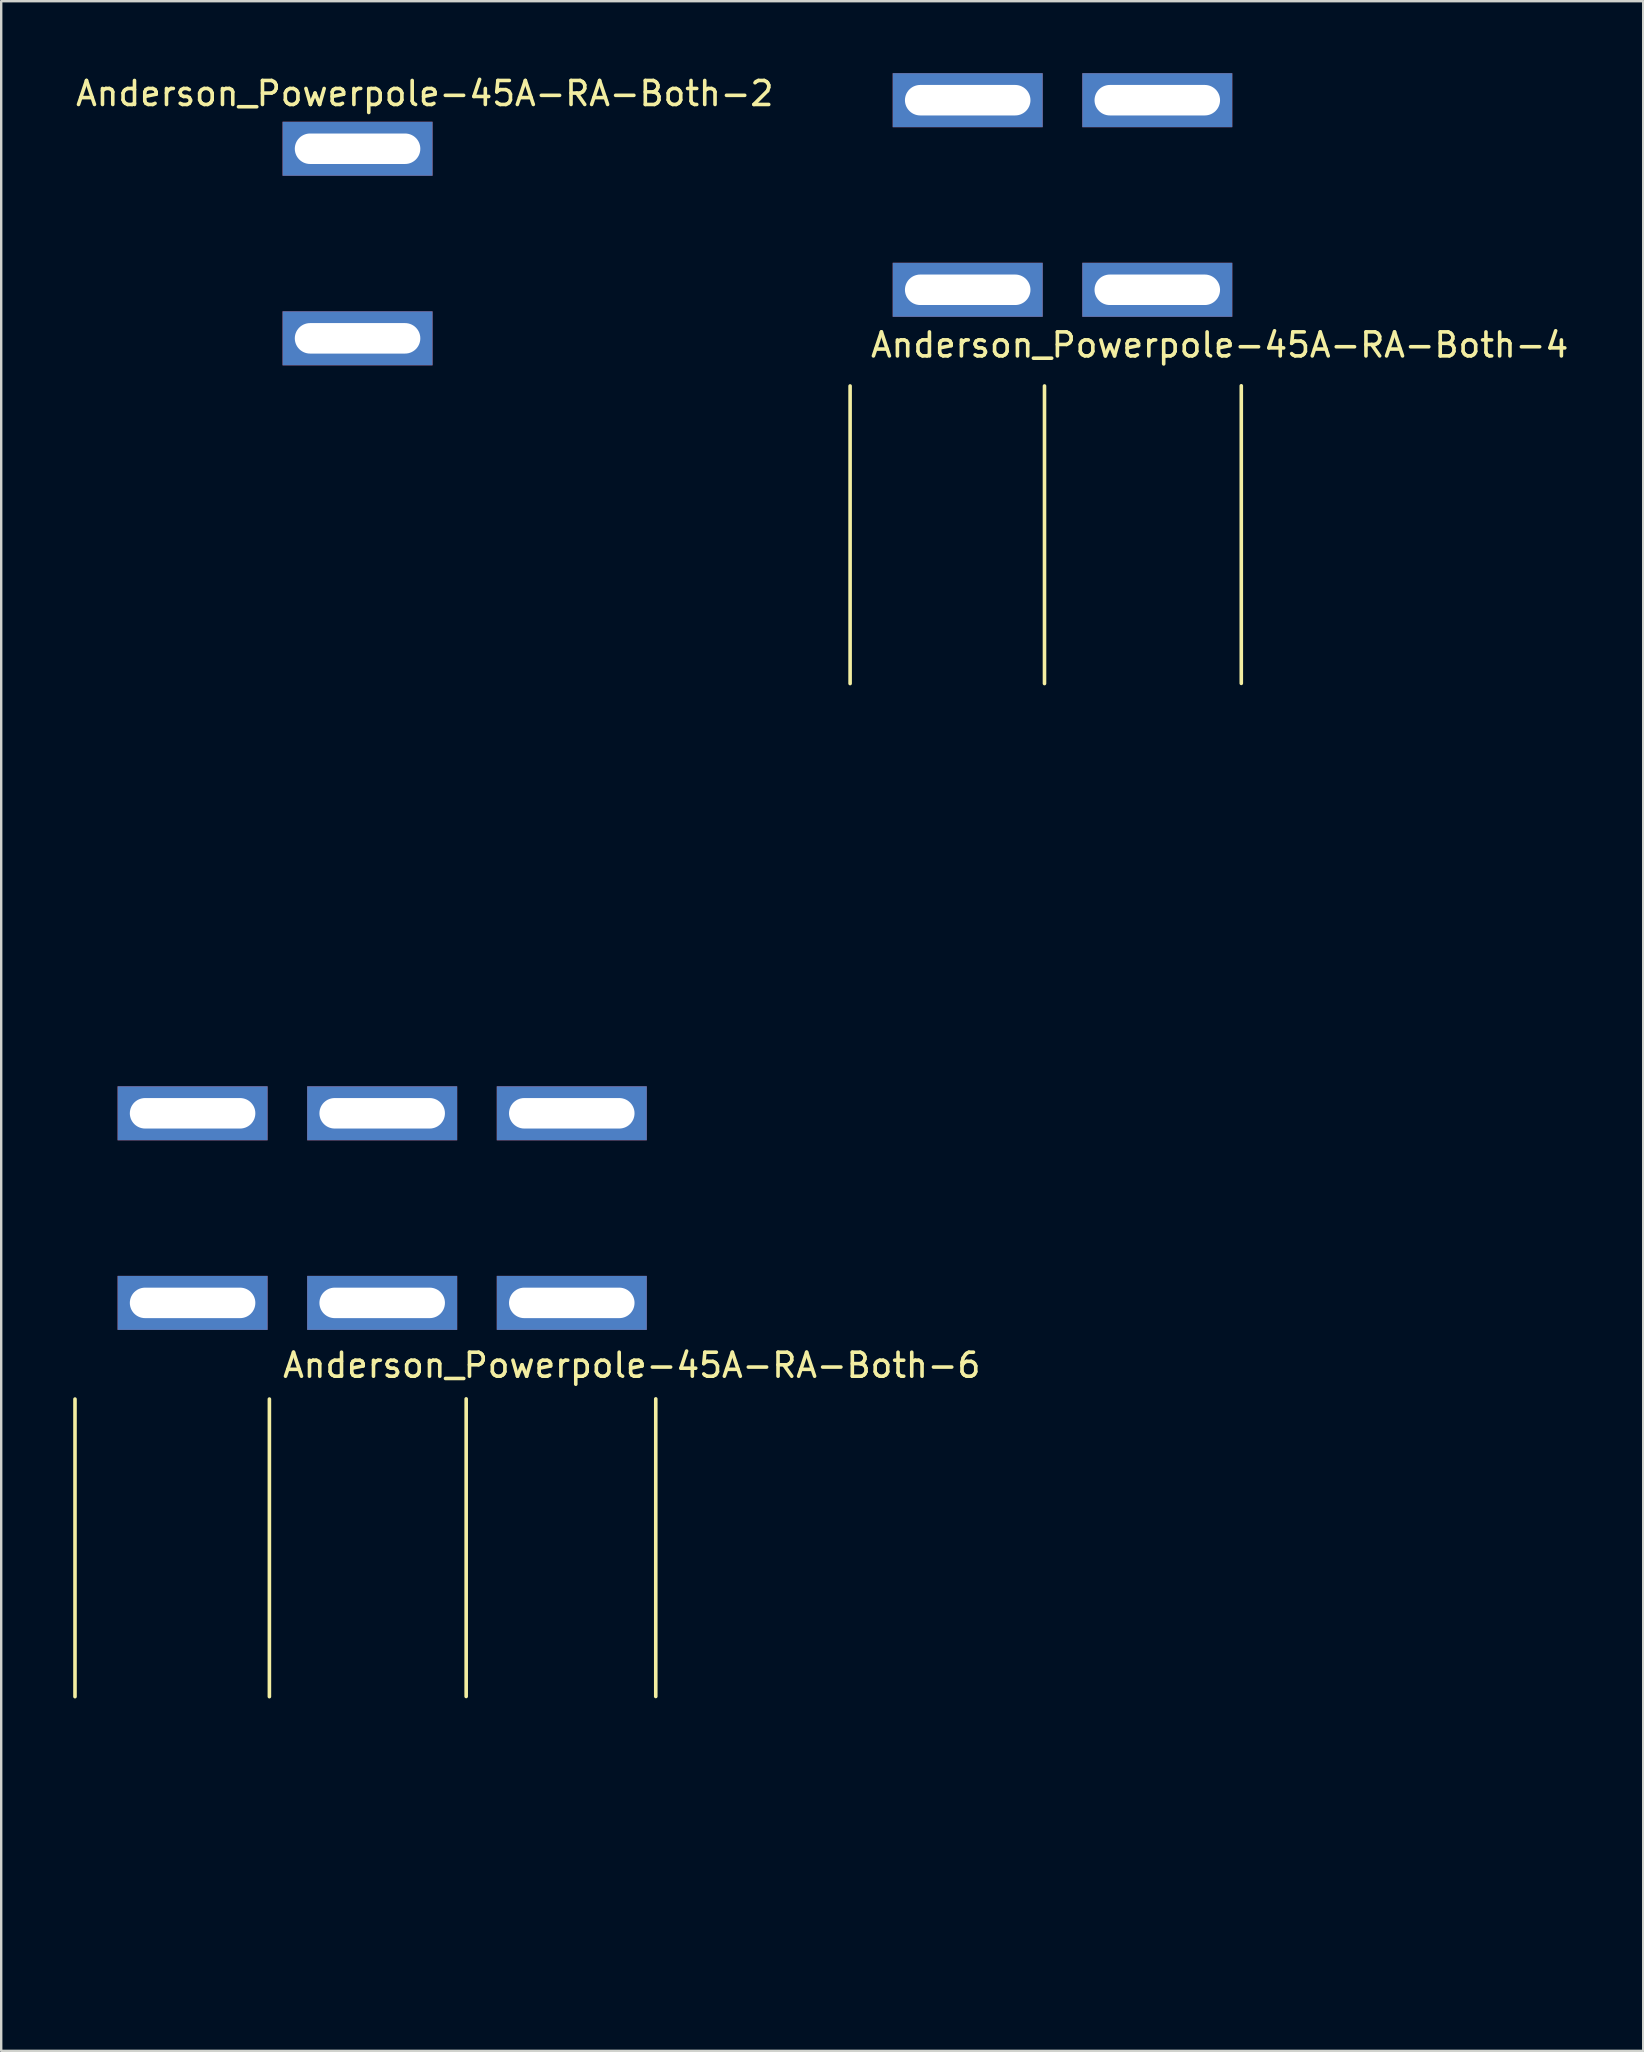
<source format=kicad_pcb>
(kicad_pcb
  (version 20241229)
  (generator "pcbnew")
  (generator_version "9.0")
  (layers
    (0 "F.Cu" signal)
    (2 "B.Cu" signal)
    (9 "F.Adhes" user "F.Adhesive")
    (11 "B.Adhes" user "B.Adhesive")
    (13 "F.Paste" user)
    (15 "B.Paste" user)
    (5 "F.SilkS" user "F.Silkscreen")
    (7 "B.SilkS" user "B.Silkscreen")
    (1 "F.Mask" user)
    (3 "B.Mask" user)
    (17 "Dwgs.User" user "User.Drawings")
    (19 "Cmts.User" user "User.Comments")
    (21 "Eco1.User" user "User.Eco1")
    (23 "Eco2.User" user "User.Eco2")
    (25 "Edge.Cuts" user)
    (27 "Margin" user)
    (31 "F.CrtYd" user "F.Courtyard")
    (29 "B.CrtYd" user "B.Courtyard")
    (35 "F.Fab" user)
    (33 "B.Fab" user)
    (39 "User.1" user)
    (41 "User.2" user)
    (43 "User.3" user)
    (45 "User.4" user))
  (footprint "Anderson_Powerpole-45A-RA-Both-6"
    (layer "F.Cu")
    (at 4.975 43.34)
    (property "Reference" "Anderson_Powerpole-45A-RA-Both-6" (at 18.3 10.5 0) (layer "F.SilkS") (effects (font (size 1 1) (thickness 0.15))))
    (attr through_hole)
    (fp_line (start -4.9 11.908) (end -4.9 24.308) (stroke (width 0.15) (type solid)) (layer "F.SilkS"))
    (fp_line (start 3.2 11.908) (end 3.2 24.308) (stroke (width 0.15) (type solid)) (layer "F.SilkS"))
    (fp_line (start 11.4 11.9) (end 11.4 24.3) (stroke (width 0.15) (type solid)) (layer "F.SilkS"))
    (fp_line (start 19.3 11.9) (end 19.3 24.3) (stroke (width 0.15) (type solid)) (layer "F.SilkS"))
    (fp_line (start 0 0) (end 0 34.492) (stroke (width 0.15) (type solid)) (layer "Eco1.User"))
    (fp_line (start 0.25 34.492) (end -0.25 34.492) (stroke (width 0.15) (type solid)) (layer "Eco1.User"))
    (fp_line (start 7.9 0) (end 7.9 34.492) (stroke (width 0.15) (type solid)) (layer "Eco1.User"))
    (fp_line (start 8.15 34.492) (end 7.65 34.492) (stroke (width 0.15) (type solid)) (layer "Eco1.User"))
    (fp_line (start 15.8 0) (end 15.8 34.492) (stroke (width 0.15) (type solid)) (layer "Eco1.User"))
    (fp_line (start 16.05 34.492) (end 15.55 34.492) (stroke (width 0.15) (type solid)) (layer "Eco1.User"))
    (fp_line (start -4.2 11.392) (end 4.2 11.392) (stroke (width 0.15) (type solid)) (layer "Eco2.User"))
    (fp_line (start -4.1 24.792) (end -4.2 11.392) (stroke (width 0.15) (type solid)) (layer "Eco2.User"))
    (fp_line (start -3.95 35.992) (end -4.1 27.392) (stroke (width 0.15) (type solid)) (layer "Eco2.User"))
    (fp_line (start 3.7 11.392) (end 12.1 11.392) (stroke (width 0.15) (type solid)) (layer "Eco2.User"))
    (fp_line (start 3.8 24.792) (end 3.7 11.392) (stroke (width 0.15) (type solid)) (layer "Eco2.User"))
    (fp_line (start 3.95 35.992) (end -3.95 35.992) (stroke (width 0.15) (type solid)) (layer "Eco2.User"))
    (fp_line (start 3.95 35.992) (end 3.8 27.392) (stroke (width 0.15) (type solid)) (layer "Eco2.User"))
    (fp_line (start 3.95 35.992) (end 4.1 27.392) (stroke (width 0.15) (type solid)) (layer "Eco2.User"))
    (fp_line (start 4.1 24.792) (end 4.2 11.392) (stroke (width 0.15) (type solid)) (layer "Eco2.User"))
    (fp_line (start 11.6 11.392) (end 20 11.392) (stroke (width 0.15) (type solid)) (layer "Eco2.User"))
    (fp_line (start 11.7 24.792) (end 11.6 11.392) (stroke (width 0.15) (type solid)) (layer "Eco2.User"))
    (fp_line (start 11.85 35.992) (end 3.95 35.992) (stroke (width 0.15) (type solid)) (layer "Eco2.User"))
    (fp_line (start 11.85 35.992) (end 11.7 27.392) (stroke (width 0.15) (type solid)) (layer "Eco2.User"))
    (fp_line (start 11.85 35.992) (end 12 27.392) (stroke (width 0.15) (type solid)) (layer "Eco2.User"))
    (fp_line (start 12 24.792) (end 12.1 11.392) (stroke (width 0.15) (type solid)) (layer "Eco2.User"))
    (fp_line (start 19.75 35.992) (end 11.85 35.992) (stroke (width 0.15) (type solid)) (layer "Eco2.User"))
    (fp_line (start 19.75 35.992) (end 19.9 27.392) (stroke (width 0.15) (type solid)) (layer "Eco2.User"))
    (fp_line (start 19.9 24.792) (end 20 11.392) (stroke (width 0.15) (type solid)) (layer "Eco2.User"))
    (fp_arc (start -4.1 24.792) (mid -3.180761 25.172761) (end -2.8 26.092) (stroke (width 0.15) (type solid)) (layer "Eco2.User"))
    (fp_arc (start -2.8 26.092) (mid -3.180761 27.011239) (end -4.1 27.392) (stroke (width 0.15) (type solid)) (layer "Eco2.User"))
    (fp_arc (start 2.8 26.092) (mid 3.180761 25.172761) (end 4.1 24.792) (stroke (width 0.15) (type solid)) (layer "Eco2.User"))
    (fp_arc (start 3.8 24.792) (mid 4.719239 25.172761) (end 5.1 26.092) (stroke (width 0.15) (type solid)) (layer "Eco2.User"))
    (fp_arc (start 4.1 27.392) (mid 3.180761 27.011239) (end 2.8 26.092) (stroke (width 0.15) (type solid)) (layer "Eco2.User"))
    (fp_arc (start 5.1 26.092) (mid 4.719239 27.011239) (end 3.8 27.392) (stroke (width 0.15) (type solid)) (layer "Eco2.User"))
    (fp_arc (start 10.7 26.092) (mid 11.080761 25.172761) (end 12 24.792) (stroke (width 0.15) (type solid)) (layer "Eco2.User"))
    (fp_arc (start 11.7 24.792) (mid 12.619239 25.172761) (end 13 26.092) (stroke (width 0.15) (type solid)) (layer "Eco2.User"))
    (fp_arc (start 12 27.392) (mid 11.080761 27.011239) (end 10.7 26.092) (stroke (width 0.15) (type solid)) (layer "Eco2.User"))
    (fp_arc (start 13 26.092) (mid 12.619239 27.011239) (end 11.7 27.392) (stroke (width 0.15) (type solid)) (layer "Eco2.User"))
    (fp_arc (start 18.6 26.092) (mid 18.980761 25.172761) (end 19.9 24.792) (stroke (width 0.15) (type solid)) (layer "Eco2.User"))
    (fp_arc (start 19.9 27.392) (mid 18.980761 27.011239) (end 18.6 26.092) (stroke (width 0.15) (type solid)) (layer "Eco2.User"))
    (pad "1" thru_hole rect (at 0 7.9) (size 6.25 2.25) (drill oval 5.23 1.27) (layers "*.Cu" "*.Mask"))
    (pad "2" thru_hole rect (at 0 0) (size 6.25 2.25) (drill oval 5.23 1.27) (layers "*.Cu" "*.Mask"))
    (pad "3" thru_hole rect (at 7.9 7.9) (size 6.25 2.25) (drill oval 5.23 1.27) (layers "*.Cu" "*.Mask"))
    (pad "4" thru_hole rect (at 7.9 0) (size 6.25 2.25) (drill oval 5.23 1.27) (layers "*.Cu" "*.Mask"))
    (pad "5" thru_hole rect (at 15.8 7.9) (size 6.25 2.25) (drill oval 5.23 1.27) (layers "*.Cu" "*.Mask"))
    (pad "6" thru_hole rect (at 15.8 0) (size 6.25 2.25) (drill oval 5.23 1.27) (layers "*.Cu" "*.Mask")))
  (footprint "Anderson_Powerpole-45A-RA-Both-4"
    (layer "F.Cu")
    (at 37.273 1.125)
    (property "Reference" "Anderson_Powerpole-45A-RA-Both-4" (at 10.5 10.2 0) (layer "F.SilkS") (effects (font (size 1 1) (thickness 0.15))))
    (attr through_hole)
    (fp_line (start -4.9 11.908) (end -4.9 24.308) (stroke (width 0.15) (type solid)) (layer "F.SilkS"))
    (fp_line (start 3.2 11.908) (end 3.2 24.308) (stroke (width 0.15) (type solid)) (layer "F.SilkS"))
    (fp_line (start 11.4 11.9) (end 11.4 24.3) (stroke (width 0.15) (type solid)) (layer "F.SilkS"))
    (fp_line (start 0 0) (end 0 34.492) (stroke (width 0.15) (type solid)) (layer "Eco1.User"))
    (fp_line (start 0.25 34.492) (end -0.25 34.492) (stroke (width 0.15) (type solid)) (layer "Eco1.User"))
    (fp_line (start 7.9 0) (end 7.9 34.492) (stroke (width 0.15) (type solid)) (layer "Eco1.User"))
    (fp_line (start 8.15 34.492) (end 7.65 34.492) (stroke (width 0.15) (type solid)) (layer "Eco1.User"))
    (fp_line (start -4.2 11.392) (end 4.2 11.392) (stroke (width 0.15) (type solid)) (layer "Eco2.User"))
    (fp_line (start -4.1 24.792) (end -4.2 11.392) (stroke (width 0.15) (type solid)) (layer "Eco2.User"))
    (fp_line (start -3.95 35.992) (end -4.1 27.392) (stroke (width 0.15) (type solid)) (layer "Eco2.User"))
    (fp_line (start 3.7 11.392) (end 12.1 11.392) (stroke (width 0.15) (type solid)) (layer "Eco2.User"))
    (fp_line (start 3.8 24.792) (end 3.7 11.392) (stroke (width 0.15) (type solid)) (layer "Eco2.User"))
    (fp_line (start 3.95 35.992) (end -3.95 35.992) (stroke (width 0.15) (type solid)) (layer "Eco2.User"))
    (fp_line (start 3.95 35.992) (end 3.8 27.392) (stroke (width 0.15) (type solid)) (layer "Eco2.User"))
    (fp_line (start 3.95 35.992) (end 4.1 27.392) (stroke (width 0.15) (type solid)) (layer "Eco2.User"))
    (fp_line (start 4.1 24.792) (end 4.2 11.392) (stroke (width 0.15) (type solid)) (layer "Eco2.User"))
    (fp_line (start 11.85 35.992) (end 3.95 35.992) (stroke (width 0.15) (type solid)) (layer "Eco2.User"))
    (fp_line (start 11.85 35.992) (end 12 27.392) (stroke (width 0.15) (type solid)) (layer "Eco2.User"))
    (fp_line (start 12 24.792) (end 12.1 11.392) (stroke (width 0.15) (type solid)) (layer "Eco2.User"))
    (fp_arc (start -4.1 24.792) (mid -3.180761 25.172761) (end -2.8 26.092) (stroke (width 0.15) (type solid)) (layer "Eco2.User"))
    (fp_arc (start -2.8 26.092) (mid -3.180761 27.011239) (end -4.1 27.392) (stroke (width 0.15) (type solid)) (layer "Eco2.User"))
    (fp_arc (start 2.8 26.092) (mid 3.180761 25.172761) (end 4.1 24.792) (stroke (width 0.15) (type solid)) (layer "Eco2.User"))
    (fp_arc (start 3.8 24.792) (mid 4.719239 25.172761) (end 5.1 26.092) (stroke (width 0.15) (type solid)) (layer "Eco2.User"))
    (fp_arc (start 4.1 27.392) (mid 3.180761 27.011239) (end 2.8 26.092) (stroke (width 0.15) (type solid)) (layer "Eco2.User"))
    (fp_arc (start 5.1 26.092) (mid 4.719239 27.011239) (end 3.8 27.392) (stroke (width 0.15) (type solid)) (layer "Eco2.User"))
    (fp_arc (start 10.7 26.092) (mid 11.080761 25.172761) (end 12 24.792) (stroke (width 0.15) (type solid)) (layer "Eco2.User"))
    (fp_arc (start 12 27.392) (mid 11.080761 27.011239) (end 10.7 26.092) (stroke (width 0.15) (type solid)) (layer "Eco2.User"))
    (pad "1" thru_hole rect (at 0 7.9) (size 6.25 2.25) (drill oval 5.23 1.27) (layers "*.Cu" "*.Mask"))
    (pad "2" thru_hole rect (at 0 0) (size 6.25 2.25) (drill oval 5.23 1.27) (layers "*.Cu" "*.Mask"))
    (pad "3" thru_hole rect (at 7.9 7.9) (size 6.25 2.25) (drill oval 5.23 1.27) (layers "*.Cu" "*.Mask"))
    (pad "4" thru_hole rect (at 7.9 0) (size 6.25 2.25) (drill oval 5.23 1.27) (layers "*.Cu" "*.Mask")))
  (footprint "Anderson_Powerpole-45A-RA-Both-2"
    (layer "F.Cu")
    (at 11.849 3.148)
    (property "Reference" "Anderson_Powerpole-45A-RA-Both-2" (at 2.8 -2.3 0) (layer "F.SilkS") (effects (font (size 1 1) (thickness 0.15))))
    (attr through_hole)
    (fp_line (start 0 0) (end 0 34.492) (stroke (width 0.15) (type solid)) (layer "Eco1.User"))
    (fp_line (start 0.25 34.492) (end -0.25 34.492) (stroke (width 0.15) (type solid)) (layer "Eco1.User"))
    (fp_line (start -4.2 11.392) (end 4.2 11.392) (stroke (width 0.15) (type solid)) (layer "Eco2.User"))
    (fp_line (start -4.1 24.792) (end -4.2 11.392) (stroke (width 0.15) (type solid)) (layer "Eco2.User"))
    (fp_line (start -3.95 35.992) (end -4.1 27.392) (stroke (width 0.15) (type solid)) (layer "Eco2.User"))
    (fp_line (start 3.95 35.992) (end -3.95 35.992) (stroke (width 0.15) (type solid)) (layer "Eco2.User"))
    (fp_line (start 3.95 35.992) (end 4.1 27.392) (stroke (width 0.15) (type solid)) (layer "Eco2.User"))
    (fp_line (start 4.1 24.792) (end 4.2 11.392) (stroke (width 0.15) (type solid)) (layer "Eco2.User"))
    (fp_arc (start -4.1 24.792) (mid -3.180761 25.172761) (end -2.8 26.092) (stroke (width 0.15) (type solid)) (layer "Eco2.User"))
    (fp_arc (start -2.8 26.092) (mid -3.180761 27.011239) (end -4.1 27.392) (stroke (width 0.15) (type solid)) (layer "Eco2.User"))
    (fp_arc (start 2.8 26.092) (mid 3.180761 25.172761) (end 4.1 24.792) (stroke (width 0.15) (type solid)) (layer "Eco2.User"))
    (fp_arc (start 4.1 27.392) (mid 3.180761 27.011239) (end 2.8 26.092) (stroke (width 0.15) (type solid)) (layer "Eco2.User"))
    (pad "1" thru_hole rect (at 0 7.9) (size 6.25 2.25) (drill oval 5.23 1.27) (layers "*.Cu" "*.Mask"))
    (pad "2" thru_hole rect (at 0 0) (size 6.25 2.25) (drill oval 5.23 1.27) (layers "*.Cu" "*.Mask")))
  (gr_rect
    (start -3 -3)
    (end 65.421 82.407)
    (stroke (width 0.1) (type default))
    (fill no)
    (layer "Edge.Cuts")))
</source>
